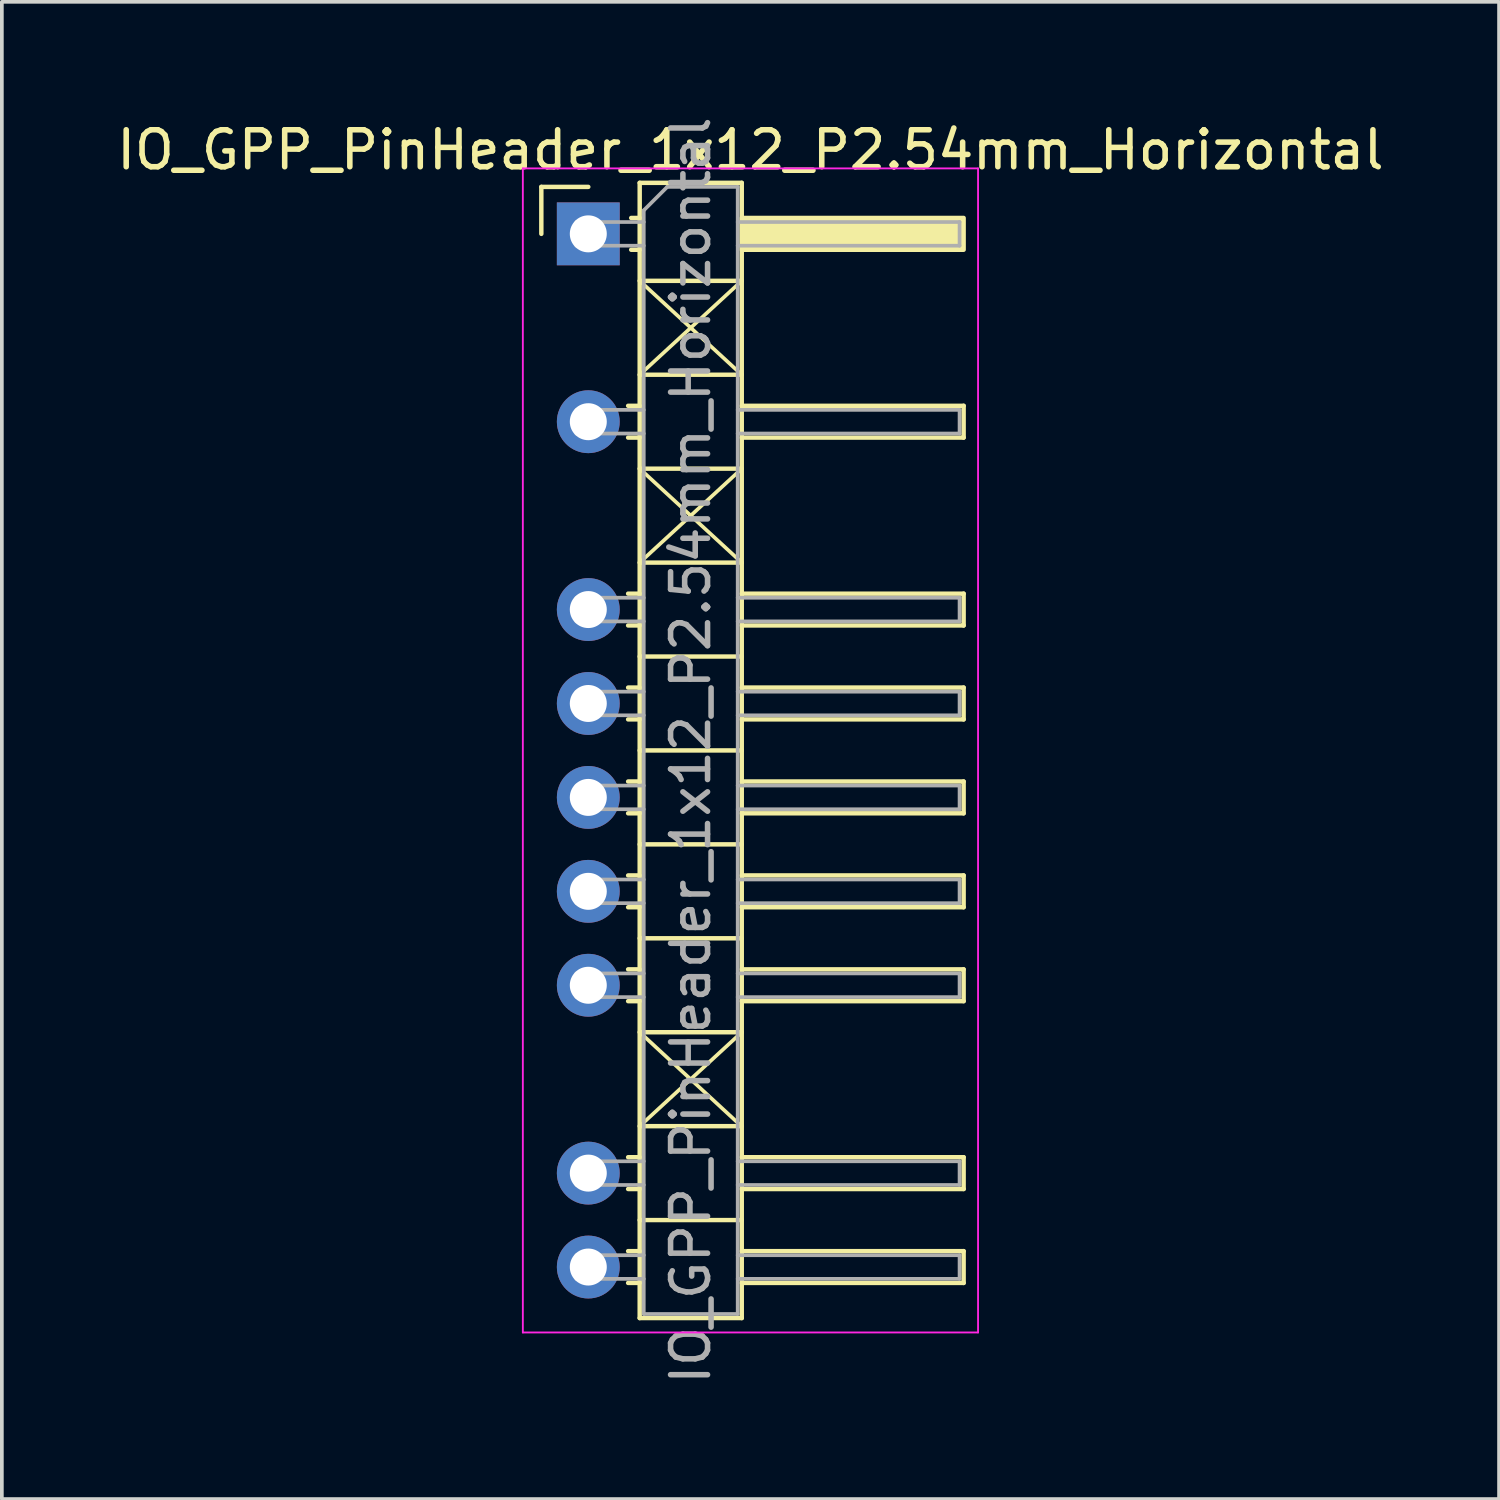
<source format=kicad_pcb>
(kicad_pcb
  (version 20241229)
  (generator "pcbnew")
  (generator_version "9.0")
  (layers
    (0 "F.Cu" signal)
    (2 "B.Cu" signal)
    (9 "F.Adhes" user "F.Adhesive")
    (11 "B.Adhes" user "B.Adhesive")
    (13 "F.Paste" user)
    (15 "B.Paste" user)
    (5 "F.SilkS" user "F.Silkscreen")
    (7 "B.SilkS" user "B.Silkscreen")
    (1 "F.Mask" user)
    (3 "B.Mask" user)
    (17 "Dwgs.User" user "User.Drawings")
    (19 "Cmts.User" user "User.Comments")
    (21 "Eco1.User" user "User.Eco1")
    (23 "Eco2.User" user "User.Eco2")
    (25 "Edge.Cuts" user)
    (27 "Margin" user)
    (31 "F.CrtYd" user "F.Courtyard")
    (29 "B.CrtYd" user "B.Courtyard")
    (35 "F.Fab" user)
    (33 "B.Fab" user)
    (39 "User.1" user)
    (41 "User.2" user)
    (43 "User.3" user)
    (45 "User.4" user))
  (footprint "IO_GPP_PinHeader_1x12_P2.54mm_Horizontal"
    (layer "F.Cu")
    (at 12.859 3.274)
    (property "Reference" "IO_GPP_PinHeader_1x12_P2.54mm_Horizontal" (at 4.385 -2.27 0) (layer "F.SilkS") (effects (font (size 1 1) (thickness 0.15))))
    (attr through_hole)
    (fp_line (start -1.27 -1.27) (end 0 -1.27) (stroke (width 0.12) (type solid)) (layer "F.SilkS"))
    (fp_line (start -1.27 0) (end -1.27 -1.27) (stroke (width 0.12) (type solid)) (layer "F.SilkS"))
    (fp_line (start 1.077 4.65) (end 1.39 4.65) (stroke (width 0.12) (type solid)) (layer "F.SilkS"))
    (fp_line (start 1.077 5.51) (end 1.39 5.51) (stroke (width 0.12) (type solid)) (layer "F.SilkS"))
    (fp_line (start 1.077 9.73) (end 1.39 9.73) (stroke (width 0.12) (type solid)) (layer "F.SilkS"))
    (fp_line (start 1.077 10.59) (end 1.39 10.59) (stroke (width 0.12) (type solid)) (layer "F.SilkS"))
    (fp_line (start 1.077 12.27) (end 1.39 12.27) (stroke (width 0.12) (type solid)) (layer "F.SilkS"))
    (fp_line (start 1.077 13.13) (end 1.39 13.13) (stroke (width 0.12) (type solid)) (layer "F.SilkS"))
    (fp_line (start 1.077 14.81) (end 1.39 14.81) (stroke (width 0.12) (type solid)) (layer "F.SilkS"))
    (fp_line (start 1.077 15.67) (end 1.39 15.67) (stroke (width 0.12) (type solid)) (layer "F.SilkS"))
    (fp_line (start 1.077 17.35) (end 1.39 17.35) (stroke (width 0.12) (type solid)) (layer "F.SilkS"))
    (fp_line (start 1.077 18.21) (end 1.39 18.21) (stroke (width 0.12) (type solid)) (layer "F.SilkS"))
    (fp_line (start 1.077 19.89) (end 1.39 19.89) (stroke (width 0.12) (type solid)) (layer "F.SilkS"))
    (fp_line (start 1.077 20.75) (end 1.39 20.75) (stroke (width 0.12) (type solid)) (layer "F.SilkS"))
    (fp_line (start 1.077 24.97) (end 1.39 24.97) (stroke (width 0.12) (type solid)) (layer "F.SilkS"))
    (fp_line (start 1.077 25.83) (end 1.39 25.83) (stroke (width 0.12) (type solid)) (layer "F.SilkS"))
    (fp_line (start 1.077 27.51) (end 1.39 27.51) (stroke (width 0.12) (type solid)) (layer "F.SilkS"))
    (fp_line (start 1.077 28.37) (end 1.39 28.37) (stroke (width 0.12) (type solid)) (layer "F.SilkS"))
    (fp_line (start 1.16 -0.43) (end 1.39 -0.43) (stroke (width 0.12) (type solid)) (layer "F.SilkS"))
    (fp_line (start 1.16 0.43) (end 1.39 0.43) (stroke (width 0.12) (type solid)) (layer "F.SilkS"))
    (fp_line (start 1.39 -1.38) (end 1.39 29.32) (stroke (width 0.12) (type solid)) (layer "F.SilkS"))
    (fp_line (start 1.39 1.27) (end 4.15 1.27) (stroke (width 0.12) (type solid)) (layer "F.SilkS"))
    (fp_line (start 1.39 1.27) (end 4.15 3.81) (stroke (width 0.1) (type default)) (layer "F.SilkS"))
    (fp_line (start 1.39 3.81) (end 4.15 3.81) (stroke (width 0.12) (type solid)) (layer "F.SilkS"))
    (fp_line (start 1.39 6.35) (end 4.15 6.35) (stroke (width 0.12) (type solid)) (layer "F.SilkS"))
    (fp_line (start 1.39 6.35) (end 4.15 8.89) (stroke (width 0.1) (type default)) (layer "F.SilkS"))
    (fp_line (start 1.39 8.89) (end 4.15 8.89) (stroke (width 0.12) (type solid)) (layer "F.SilkS"))
    (fp_line (start 1.39 11.43) (end 4.15 11.43) (stroke (width 0.12) (type solid)) (layer "F.SilkS"))
    (fp_line (start 1.39 13.97) (end 4.15 13.97) (stroke (width 0.12) (type solid)) (layer "F.SilkS"))
    (fp_line (start 1.39 16.51) (end 4.15 16.51) (stroke (width 0.12) (type solid)) (layer "F.SilkS"))
    (fp_line (start 1.39 19.05) (end 4.15 19.05) (stroke (width 0.12) (type solid)) (layer "F.SilkS"))
    (fp_line (start 1.39 21.59) (end 4.141 24.13) (stroke (width 0.1) (type default)) (layer "F.SilkS"))
    (fp_line (start 1.39 21.59) (end 4.15 21.59) (stroke (width 0.12) (type solid)) (layer "F.SilkS"))
    (fp_line (start 1.39 24.13) (end 4.15 24.13) (stroke (width 0.12) (type solid)) (layer "F.SilkS"))
    (fp_line (start 1.39 26.67) (end 4.15 26.67) (stroke (width 0.12) (type solid)) (layer "F.SilkS"))
    (fp_line (start 1.39 29.32) (end 4.15 29.32) (stroke (width 0.12) (type solid)) (layer "F.SilkS"))
    (fp_line (start 4.15 -1.38) (end 1.39 -1.38) (stroke (width 0.12) (type solid)) (layer "F.SilkS"))
    (fp_line (start 4.15 1.27) (end 1.39 3.81) (stroke (width 0.1) (type default)) (layer "F.SilkS"))
    (fp_line (start 4.15 4.65) (end 10.15 4.65) (stroke (width 0.12) (type solid)) (layer "F.SilkS"))
    (fp_line (start 4.15 6.35) (end 1.39 8.89) (stroke (width 0.1) (type default)) (layer "F.SilkS"))
    (fp_line (start 4.15 9.73) (end 10.15 9.73) (stroke (width 0.12) (type solid)) (layer "F.SilkS"))
    (fp_line (start 4.15 12.27) (end 10.15 12.27) (stroke (width 0.12) (type solid)) (layer "F.SilkS"))
    (fp_line (start 4.15 14.81) (end 10.15 14.81) (stroke (width 0.12) (type solid)) (layer "F.SilkS"))
    (fp_line (start 4.15 17.35) (end 10.15 17.35) (stroke (width 0.12) (type solid)) (layer "F.SilkS"))
    (fp_line (start 4.15 19.89) (end 10.15 19.89) (stroke (width 0.12) (type solid)) (layer "F.SilkS"))
    (fp_line (start 4.15 21.59) (end 1.39 24.13) (stroke (width 0.1) (type default)) (layer "F.SilkS"))
    (fp_line (start 4.15 24.97) (end 10.15 24.97) (stroke (width 0.12) (type solid)) (layer "F.SilkS"))
    (fp_line (start 4.15 27.51) (end 10.15 27.51) (stroke (width 0.12) (type solid)) (layer "F.SilkS"))
    (fp_line (start 4.15 29.32) (end 4.15 -1.38) (stroke (width 0.12) (type solid)) (layer "F.SilkS"))
    (fp_line (start 10.15 4.65) (end 10.15 5.51) (stroke (width 0.12) (type solid)) (layer "F.SilkS"))
    (fp_line (start 10.15 5.51) (end 4.15 5.51) (stroke (width 0.12) (type solid)) (layer "F.SilkS"))
    (fp_line (start 10.15 9.73) (end 10.15 10.59) (stroke (width 0.12) (type solid)) (layer "F.SilkS"))
    (fp_line (start 10.15 10.59) (end 4.15 10.59) (stroke (width 0.12) (type solid)) (layer "F.SilkS"))
    (fp_line (start 10.15 12.27) (end 10.15 13.13) (stroke (width 0.12) (type solid)) (layer "F.SilkS"))
    (fp_line (start 10.15 13.13) (end 4.15 13.13) (stroke (width 0.12) (type solid)) (layer "F.SilkS"))
    (fp_line (start 10.15 14.81) (end 10.15 15.67) (stroke (width 0.12) (type solid)) (layer "F.SilkS"))
    (fp_line (start 10.15 15.67) (end 4.15 15.67) (stroke (width 0.12) (type solid)) (layer "F.SilkS"))
    (fp_line (start 10.15 17.35) (end 10.15 18.21) (stroke (width 0.12) (type solid)) (layer "F.SilkS"))
    (fp_line (start 10.15 18.21) (end 4.15 18.21) (stroke (width 0.12) (type solid)) (layer "F.SilkS"))
    (fp_line (start 10.15 19.89) (end 10.15 20.75) (stroke (width 0.12) (type solid)) (layer "F.SilkS"))
    (fp_line (start 10.15 20.75) (end 4.15 20.75) (stroke (width 0.12) (type solid)) (layer "F.SilkS"))
    (fp_line (start 10.15 24.97) (end 10.15 25.83) (stroke (width 0.12) (type solid)) (layer "F.SilkS"))
    (fp_line (start 10.15 25.83) (end 4.15 25.83) (stroke (width 0.12) (type solid)) (layer "F.SilkS"))
    (fp_line (start 10.15 27.51) (end 10.15 28.37) (stroke (width 0.12) (type solid)) (layer "F.SilkS"))
    (fp_line (start 10.15 28.37) (end 4.15 28.37) (stroke (width 0.12) (type solid)) (layer "F.SilkS"))
    (fp_rect (start 4.15 -0.43) (end 10.15 0.43) (stroke (width 0.12) (type solid)) (fill yes) (layer "F.SilkS"))
    (fp_line (start -1.77 -1.77) (end -1.77 29.71) (stroke (width 0.05) (type solid)) (layer "F.CrtYd"))
    (fp_line (start -1.77 29.71) (end 10.54 29.71) (stroke (width 0.05) (type solid)) (layer "F.CrtYd"))
    (fp_line (start 10.54 -1.77) (end -1.77 -1.77) (stroke (width 0.05) (type solid)) (layer "F.CrtYd"))
    (fp_line (start 10.54 29.71) (end 10.54 -1.77) (stroke (width 0.05) (type solid)) (layer "F.CrtYd"))
    (fp_line (start -0.32 -0.32) (end -0.32 0.32) (stroke (width 0.1) (type solid)) (layer "F.Fab"))
    (fp_line (start -0.32 -0.32) (end 1.5 -0.32) (stroke (width 0.1) (type solid)) (layer "F.Fab"))
    (fp_line (start -0.32 0.32) (end 1.5 0.32) (stroke (width 0.1) (type solid)) (layer "F.Fab"))
    (fp_line (start -0.32 4.76) (end -0.32 5.4) (stroke (width 0.1) (type solid)) (layer "F.Fab"))
    (fp_line (start -0.32 4.76) (end 1.5 4.76) (stroke (width 0.1) (type solid)) (layer "F.Fab"))
    (fp_line (start -0.32 5.4) (end 1.5 5.4) (stroke (width 0.1) (type solid)) (layer "F.Fab"))
    (fp_line (start -0.32 9.84) (end -0.32 10.48) (stroke (width 0.1) (type solid)) (layer "F.Fab"))
    (fp_line (start -0.32 9.84) (end 1.5 9.84) (stroke (width 0.1) (type solid)) (layer "F.Fab"))
    (fp_line (start -0.32 10.48) (end 1.5 10.48) (stroke (width 0.1) (type solid)) (layer "F.Fab"))
    (fp_line (start -0.32 12.38) (end -0.32 13.02) (stroke (width 0.1) (type solid)) (layer "F.Fab"))
    (fp_line (start -0.32 12.38) (end 1.5 12.38) (stroke (width 0.1) (type solid)) (layer "F.Fab"))
    (fp_line (start -0.32 13.02) (end 1.5 13.02) (stroke (width 0.1) (type solid)) (layer "F.Fab"))
    (fp_line (start -0.32 14.92) (end -0.32 15.56) (stroke (width 0.1) (type solid)) (layer "F.Fab"))
    (fp_line (start -0.32 14.92) (end 1.5 14.92) (stroke (width 0.1) (type solid)) (layer "F.Fab"))
    (fp_line (start -0.32 15.56) (end 1.5 15.56) (stroke (width 0.1) (type solid)) (layer "F.Fab"))
    (fp_line (start -0.32 17.46) (end -0.32 18.1) (stroke (width 0.1) (type solid)) (layer "F.Fab"))
    (fp_line (start -0.32 17.46) (end 1.5 17.46) (stroke (width 0.1) (type solid)) (layer "F.Fab"))
    (fp_line (start -0.32 18.1) (end 1.5 18.1) (stroke (width 0.1) (type solid)) (layer "F.Fab"))
    (fp_line (start -0.32 20) (end -0.32 20.64) (stroke (width 0.1) (type solid)) (layer "F.Fab"))
    (fp_line (start -0.32 20) (end 1.5 20) (stroke (width 0.1) (type solid)) (layer "F.Fab"))
    (fp_line (start -0.32 20.64) (end 1.5 20.64) (stroke (width 0.1) (type solid)) (layer "F.Fab"))
    (fp_line (start -0.32 25.08) (end -0.32 25.72) (stroke (width 0.1) (type solid)) (layer "F.Fab"))
    (fp_line (start -0.32 25.08) (end 1.5 25.08) (stroke (width 0.1) (type solid)) (layer "F.Fab"))
    (fp_line (start -0.32 25.72) (end 1.5 25.72) (stroke (width 0.1) (type solid)) (layer "F.Fab"))
    (fp_line (start -0.32 27.62) (end -0.32 28.26) (stroke (width 0.1) (type solid)) (layer "F.Fab"))
    (fp_line (start -0.32 27.62) (end 1.5 27.62) (stroke (width 0.1) (type solid)) (layer "F.Fab"))
    (fp_line (start -0.32 28.26) (end 1.5 28.26) (stroke (width 0.1) (type solid)) (layer "F.Fab"))
    (fp_line (start 1.5 -0.635) (end 2.135 -1.27) (stroke (width 0.1) (type solid)) (layer "F.Fab"))
    (fp_line (start 1.5 29.21) (end 1.5 -0.635) (stroke (width 0.1) (type solid)) (layer "F.Fab"))
    (fp_line (start 2.135 -1.27) (end 4.04 -1.27) (stroke (width 0.1) (type solid)) (layer "F.Fab"))
    (fp_line (start 4.04 -1.27) (end 4.04 29.21) (stroke (width 0.1) (type solid)) (layer "F.Fab"))
    (fp_line (start 4.04 -0.32) (end 10.04 -0.32) (stroke (width 0.1) (type solid)) (layer "F.Fab"))
    (fp_line (start 4.04 0.32) (end 10.04 0.32) (stroke (width 0.1) (type solid)) (layer "F.Fab"))
    (fp_line (start 4.04 4.76) (end 10.04 4.76) (stroke (width 0.1) (type solid)) (layer "F.Fab"))
    (fp_line (start 4.04 5.4) (end 10.04 5.4) (stroke (width 0.1) (type solid)) (layer "F.Fab"))
    (fp_line (start 4.04 9.84) (end 10.04 9.84) (stroke (width 0.1) (type solid)) (layer "F.Fab"))
    (fp_line (start 4.04 10.48) (end 10.04 10.48) (stroke (width 0.1) (type solid)) (layer "F.Fab"))
    (fp_line (start 4.04 12.38) (end 10.04 12.38) (stroke (width 0.1) (type solid)) (layer "F.Fab"))
    (fp_line (start 4.04 13.02) (end 10.04 13.02) (stroke (width 0.1) (type solid)) (layer "F.Fab"))
    (fp_line (start 4.04 14.92) (end 10.04 14.92) (stroke (width 0.1) (type solid)) (layer "F.Fab"))
    (fp_line (start 4.04 15.56) (end 10.04 15.56) (stroke (width 0.1) (type solid)) (layer "F.Fab"))
    (fp_line (start 4.04 17.46) (end 10.04 17.46) (stroke (width 0.1) (type solid)) (layer "F.Fab"))
    (fp_line (start 4.04 18.1) (end 10.04 18.1) (stroke (width 0.1) (type solid)) (layer "F.Fab"))
    (fp_line (start 4.04 20) (end 10.04 20) (stroke (width 0.1) (type solid)) (layer "F.Fab"))
    (fp_line (start 4.04 20.64) (end 10.04 20.64) (stroke (width 0.1) (type solid)) (layer "F.Fab"))
    (fp_line (start 4.04 25.08) (end 10.04 25.08) (stroke (width 0.1) (type solid)) (layer "F.Fab"))
    (fp_line (start 4.04 25.72) (end 10.04 25.72) (stroke (width 0.1) (type solid)) (layer "F.Fab"))
    (fp_line (start 4.04 27.62) (end 10.04 27.62) (stroke (width 0.1) (type solid)) (layer "F.Fab"))
    (fp_line (start 4.04 28.26) (end 10.04 28.26) (stroke (width 0.1) (type solid)) (layer "F.Fab"))
    (fp_line (start 4.04 29.21) (end 1.5 29.21) (stroke (width 0.1) (type solid)) (layer "F.Fab"))
    (fp_line (start 10.04 -0.32) (end 10.04 0.32) (stroke (width 0.1) (type solid)) (layer "F.Fab"))
    (fp_line (start 10.04 4.76) (end 10.04 5.4) (stroke (width 0.1) (type solid)) (layer "F.Fab"))
    (fp_line (start 10.04 9.84) (end 10.04 10.48) (stroke (width 0.1) (type solid)) (layer "F.Fab"))
    (fp_line (start 10.04 12.38) (end 10.04 13.02) (stroke (width 0.1) (type solid)) (layer "F.Fab"))
    (fp_line (start 10.04 14.92) (end 10.04 15.56) (stroke (width 0.1) (type solid)) (layer "F.Fab"))
    (fp_line (start 10.04 17.46) (end 10.04 18.1) (stroke (width 0.1) (type solid)) (layer "F.Fab"))
    (fp_line (start 10.04 20) (end 10.04 20.64) (stroke (width 0.1) (type solid)) (layer "F.Fab"))
    (fp_line (start 10.04 25.08) (end 10.04 25.72) (stroke (width 0.1) (type solid)) (layer "F.Fab"))
    (fp_line (start 10.04 27.62) (end 10.04 28.26) (stroke (width 0.1) (type solid)) (layer "F.Fab"))
    (fp_text user "${REFERENCE}" (at 2.77 13.97 90) (layer "F.Fab") (effects (font (size 1 1) (thickness 0.15))))
    (pad "1" thru_hole rect (at 0 0) (size 1.7 1.7) (drill 1) (layers "*.Cu" "*.Mask"))
    (pad "3" thru_hole circle (at 0 5.08) (size 1.7 1.7) (drill 1) (layers "*.Cu" "*.Mask"))
    (pad "5" thru_hole circle (at 0 10.16) (size 1.7 1.7) (drill 1) (layers "*.Cu" "*.Mask"))
    (pad "6" thru_hole circle (at 0 12.7) (size 1.7 1.7) (drill 1) (layers "*.Cu" "*.Mask"))
    (pad "7" thru_hole circle (at 0 15.24) (size 1.7 1.7) (drill 1) (layers "*.Cu" "*.Mask"))
    (pad "8" thru_hole circle (at 0 17.78) (size 1.7 1.7) (drill 1) (layers "*.Cu" "*.Mask"))
    (pad "9" thru_hole circle (at 0 20.32) (size 1.7 1.7) (drill 1) (layers "*.Cu" "*.Mask"))
    (pad "11" thru_hole circle (at 0 25.4) (size 1.7 1.7) (drill 1) (layers "*.Cu" "*.Mask"))
    (pad "12" thru_hole circle (at 0 27.94) (size 1.7 1.7) (drill 1) (layers "*.Cu" "*.Mask")))
  (gr_rect
    (start -3 -3)
    (end 37.488 37.488)
    (stroke (width 0.1) (type default))
    (fill no)
    (layer "Edge.Cuts")))
</source>
